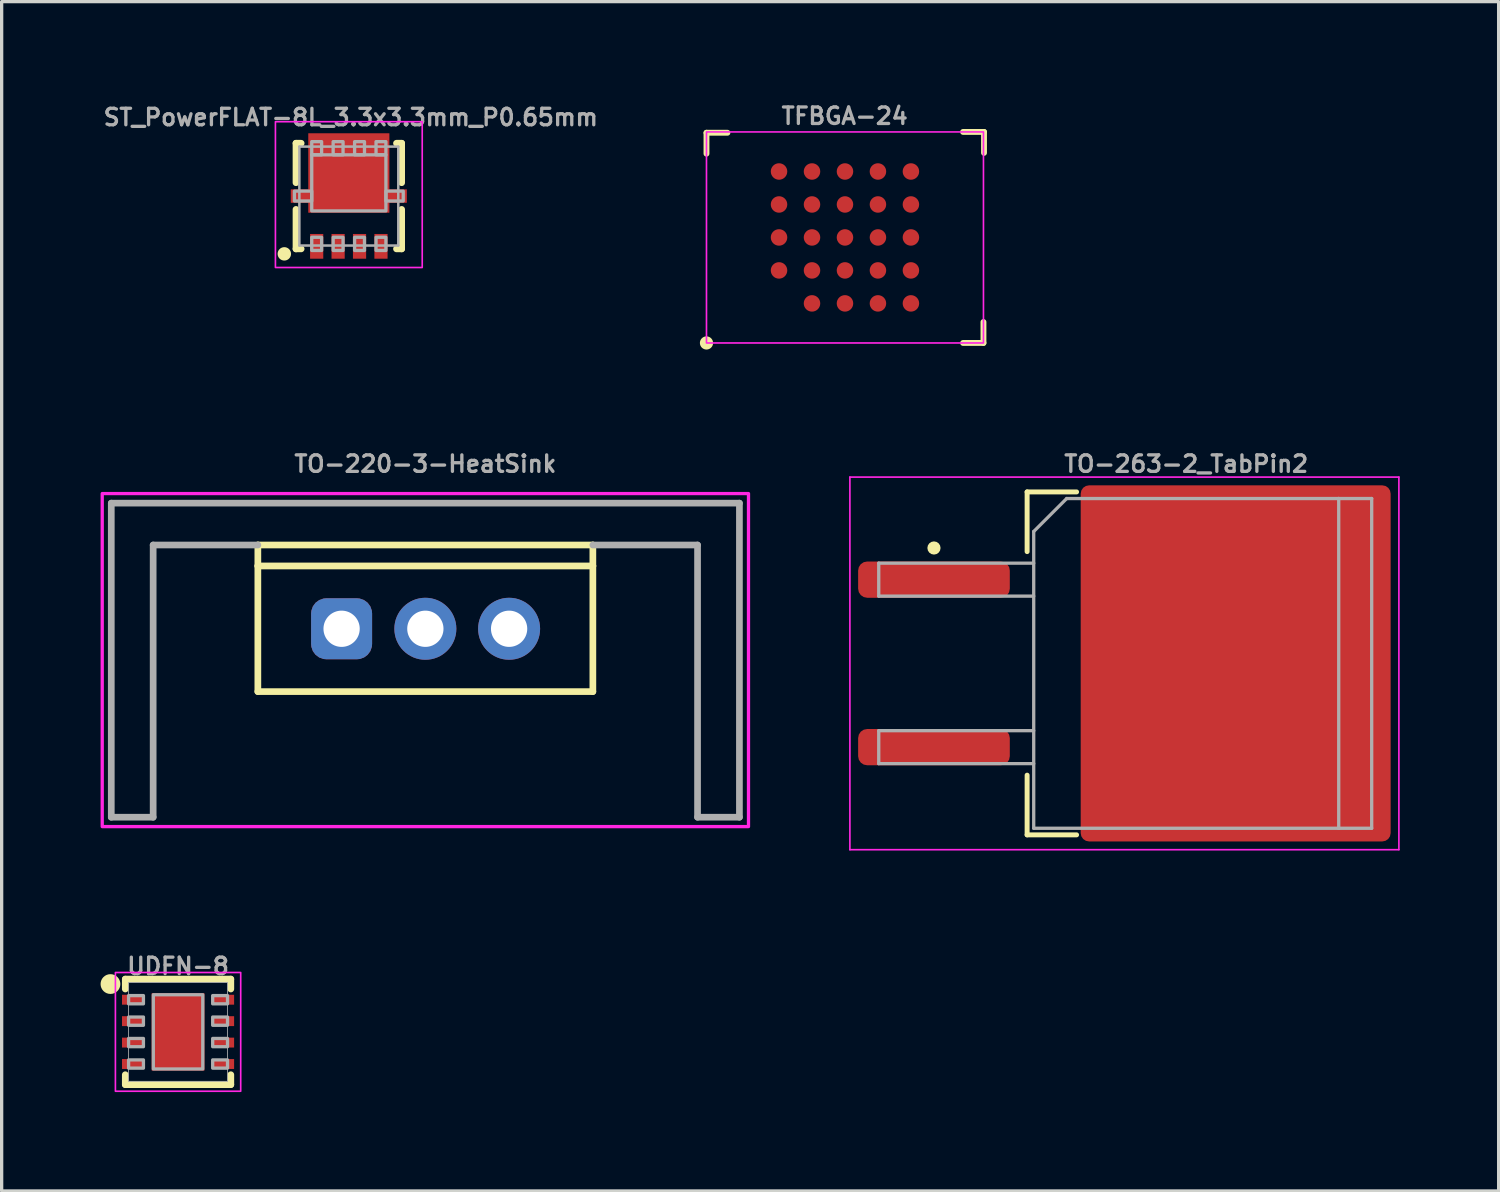
<source format=kicad_pcb>
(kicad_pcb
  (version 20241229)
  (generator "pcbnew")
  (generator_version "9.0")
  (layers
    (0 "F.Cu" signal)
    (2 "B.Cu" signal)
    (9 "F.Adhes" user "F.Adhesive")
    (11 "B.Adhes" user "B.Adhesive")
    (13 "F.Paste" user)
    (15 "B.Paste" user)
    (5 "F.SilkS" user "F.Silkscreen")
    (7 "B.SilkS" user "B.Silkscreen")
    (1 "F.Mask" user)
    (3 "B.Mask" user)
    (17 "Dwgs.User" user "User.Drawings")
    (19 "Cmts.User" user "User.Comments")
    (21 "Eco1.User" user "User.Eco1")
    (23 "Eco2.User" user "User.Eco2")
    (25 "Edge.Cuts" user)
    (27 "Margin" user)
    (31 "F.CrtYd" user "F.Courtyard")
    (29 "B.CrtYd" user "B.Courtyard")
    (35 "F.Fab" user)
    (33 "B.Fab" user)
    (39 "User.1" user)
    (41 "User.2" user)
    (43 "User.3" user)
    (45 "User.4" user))
  (footprint "ST_PowerFLAT-8L_3.3x3.3mm_P0.65mm"
    (layer "F.Cu")
    (at 7.529 2.896)
    (property "Reference" "ST_PowerFLAT-8L_3.3x3.3mm_P0.65mm" (at 0.059 -2.096 0) (unlocked yes) (layer "F.Fab") (effects (font (size 0.5 0.5) (thickness 0.1) (bold yes)) (justify bottom)))
    (fp_line (start -1.602 -1.602) (end -1.602 -0.405) (stroke (width 0.203) (type solid)) (layer "F.SilkS"))
    (fp_line (start -1.602 0.405) (end -1.602 1.602) (stroke (width 0.203) (type solid)) (layer "F.SilkS"))
    (fp_line (start -1.446 -1.602) (end -1.602 -1.602) (stroke (width 0.203) (type solid)) (layer "F.SilkS"))
    (fp_line (start -1.446 1.602) (end -1.602 1.602) (stroke (width 0.203) (type solid)) (layer "F.SilkS"))
    (fp_line (start 1.602 -1.602) (end 1.446 -1.602) (stroke (width 0.203) (type solid)) (layer "F.SilkS"))
    (fp_line (start 1.602 -1.602) (end 1.602 -0.405) (stroke (width 0.203) (type solid)) (layer "F.SilkS"))
    (fp_line (start 1.602 0.405) (end 1.602 1.602) (stroke (width 0.203) (type solid)) (layer "F.SilkS"))
    (fp_line (start 1.602 1.602) (end 1.446 1.602) (stroke (width 0.203) (type solid)) (layer "F.SilkS"))
    (fp_circle (center -1.956 1.753) (end -1.854 1.753) (stroke (width 0.203) (type solid)) (fill yes) (layer "F.SilkS"))
    (fp_rect (start -2.226 -2.255) (end 2.226 2.166) (stroke (width 0.05) (type default)) (fill no) (layer "F.CrtYd"))
    (fp_line (start -1.5 -1.5) (end -1.5 1.5) (stroke (width 0.076) (type solid)) (layer "F.Fab"))
    (fp_line (start -1.5 1.5) (end 1.5 1.5) (stroke (width 0.076) (type solid)) (layer "F.Fab"))
    (fp_line (start 1.5 -1.5) (end -1.5 -1.5) (stroke (width 0.076) (type solid)) (layer "F.Fab"))
    (fp_line (start 1.5 1.5) (end 1.5 -1.5) (stroke (width 0.076) (type solid)) (layer "F.Fab"))
    (fp_poly (pts (xy -1.65 0.15) (xy -1.125 0.15) (xy -1.125 -0.15) (xy -1.65 -0.15)) (stroke (width 0.1) (type default)) (fill no) (layer "F.Fab"))
    (fp_poly (pts (xy -1.125 -1.25) (xy -0.825 -1.25) (xy -0.825 -1.65) (xy -1.125 -1.65)) (stroke (width 0.1) (type default)) (fill no) (layer "F.Fab"))
    (fp_poly (pts (xy -0.825 1.25) (xy -1.125 1.25) (xy -1.125 1.65) (xy -0.825 1.65)) (stroke (width 0.1) (type default)) (fill no) (layer "F.Fab"))
    (fp_poly (pts (xy -0.475 -1.25) (xy -0.175 -1.25) (xy -0.175 -1.65) (xy -0.475 -1.65)) (stroke (width 0.1) (type default)) (fill no) (layer "F.Fab"))
    (fp_poly (pts (xy -0.175 1.25) (xy -0.475 1.25) (xy -0.475 1.65) (xy -0.175 1.65)) (stroke (width 0.1) (type default)) (fill no) (layer "F.Fab"))
    (fp_poly (pts (xy 0.175 -1.25) (xy 0.475 -1.25) (xy 0.475 -1.65) (xy 0.175 -1.65)) (stroke (width 0.1) (type default)) (fill no) (layer "F.Fab"))
    (fp_poly (pts (xy 0.475 1.25) (xy 0.175 1.25) (xy 0.175 1.65) (xy 0.475 1.65)) (stroke (width 0.1) (type default)) (fill no) (layer "F.Fab"))
    (fp_poly (pts (xy 0.825 -1.25) (xy 1.125 -1.25) (xy 1.125 -1.65) (xy 0.825 -1.65)) (stroke (width 0.1) (type default)) (fill no) (layer "F.Fab"))
    (fp_poly (pts (xy 1.125 -1.25) (xy -1.125 -1.25) (xy -1.125 0.45) (xy 1.125 0.45)) (stroke (width 0.1) (type default)) (fill no) (layer "F.Fab"))
    (fp_poly (pts (xy 1.125 1.25) (xy 0.825 1.25) (xy 0.825 1.65) (xy 1.125 1.65)) (stroke (width 0.1) (type default)) (fill no) (layer "F.Fab"))
    (fp_poly (pts (xy 1.65 -0.15) (xy 1.125 -0.15) (xy 1.125 0.15) (xy 1.65 0.15)) (stroke (width 0.1) (type default)) (fill no) (layer "F.Fab"))
    (pad "1" smd rect (at -0.975 1.525) (size 0.4 0.75) (layers "F.Cu" "F.Mask" "F.Paste"))
    (pad "2" smd rect (at -0.325 1.525) (size 0.4 0.75) (layers "F.Cu" "F.Mask" "F.Paste"))
    (pad "3" smd rect (at 0.325 1.525) (size 0.4 0.75) (layers "F.Cu" "F.Mask" "F.Paste"))
    (pad "4" smd rect (at 0.975 1.525) (size 0.4 0.75) (layers "F.Cu" "F.Mask" "F.Paste"))
    (pad "5" smd custom (at 0 -0.7) (size 2.45 2.4) (layers "F.Cu" "F.Mask" "F.Paste") (options (anchor rect)) (primitives (gr_poly (pts (xy 1.225 -1.2) (xy -1.225 -1.2) (xy -1.225 0.5) (xy -1.755 0.5) (xy -1.755 0.9) (xy -1.225 0.9) (xy -1.225 1.2) (xy 1.225 1.2) (xy 1.225 0.9) (xy 1.755 0.9) (xy 1.755 0.5) (xy 1.225 0.5)) (width 0.01) (fill yes)))))
  (footprint "TO-220-3-HeatSink"
    (layer "F.Cu")
    (at 9.85 16.019)
    (property "Reference" "TO-220-3-HeatSink" (at 0 -5 0) (layer "F.Fab") (effects (font (size 0.5 0.5) (thickness 0.1))))
    (fp_line (start -5.08 -2.54) (end 5.08 -2.54) (stroke (width 0.203) (type solid)) (layer "F.SilkS"))
    (fp_line (start -5.08 -1.905) (end -5.08 -2.54) (stroke (width 0.203) (type solid)) (layer "F.SilkS"))
    (fp_line (start -5.08 1.905) (end -5.08 -1.905) (stroke (width 0.203) (type solid)) (layer "F.SilkS"))
    (fp_line (start 5.08 -2.54) (end 5.08 -1.905) (stroke (width 0.203) (type solid)) (layer "F.SilkS"))
    (fp_line (start 5.08 -1.905) (end -5.08 -1.905) (stroke (width 0.203) (type solid)) (layer "F.SilkS"))
    (fp_line (start 5.08 -1.905) (end 5.08 1.905) (stroke (width 0.203) (type solid)) (layer "F.SilkS"))
    (fp_line (start 5.08 1.905) (end -5.08 1.905) (stroke (width 0.203) (type solid)) (layer "F.SilkS"))
    (fp_rect (start 9.8 -4.1) (end -9.8 6) (stroke (width 0.1) (type default)) (fill no) (layer "F.CrtYd"))
    (fp_line (start -9.525 -3.81) (end -9.525 5.715) (stroke (width 0.203) (type solid)) (layer "F.Fab"))
    (fp_line (start -9.525 5.715) (end -8.255 5.715) (stroke (width 0.203) (type solid)) (layer "F.Fab"))
    (fp_line (start -8.255 -2.54) (end -5.08 -2.54) (stroke (width 0.203) (type solid)) (layer "F.Fab"))
    (fp_line (start -8.255 5.715) (end -8.255 -2.54) (stroke (width 0.203) (type solid)) (layer "F.Fab"))
    (fp_line (start 5.08 -2.54) (end 8.255 -2.54) (stroke (width 0.203) (type solid)) (layer "F.Fab"))
    (fp_line (start 8.255 -2.54) (end 8.255 5.715) (stroke (width 0.203) (type solid)) (layer "F.Fab"))
    (fp_line (start 8.255 5.715) (end 9.525 5.715) (stroke (width 0.203) (type solid)) (layer "F.Fab"))
    (fp_line (start 9.525 -3.81) (end -9.525 -3.81) (stroke (width 0.203) (type solid)) (layer "F.Fab"))
    (fp_line (start 9.525 5.715) (end 9.525 -3.81) (stroke (width 0.203) (type solid)) (layer "F.Fab"))
    (pad "1" thru_hole roundrect (at -2.54 0) (size 1.85 1.85) (drill 1.1) (layers "*.Cu" "*.Mask") (roundrect_rratio 0.25))
    (pad "2" thru_hole circle (at 0 0) (size 1.88 1.88) (drill 1.1) (layers "*.Cu" "*.Mask"))
    (pad "3" thru_hole circle (at 2.54 0) (size 1.88 1.88) (drill 1.1) (layers "*.Cu" "*.Mask")))
  (footprint "TO-263-2_TabPin2"
    (layer "F.Cu")
    (at 32.925 17.069)
    (property "Reference" "TO-263-2_TabPin2" (at 0 -6.05 0) (layer "F.Fab") (effects (font (size 0.5 0.5) (thickness 0.1) (bold yes))))
    (attr smd)
    (fp_line (start -4.825 -5.2) (end -4.825 -3.39) (stroke (width 0.15) (type solid)) (layer "F.SilkS"))
    (fp_line (start -4.825 5.2) (end -4.825 3.39) (stroke (width 0.15) (type solid)) (layer "F.SilkS"))
    (fp_line (start -3.325 -5.2) (end -4.825 -5.2) (stroke (width 0.15) (type solid)) (layer "F.SilkS"))
    (fp_line (start -3.325 5.2) (end -4.825 5.2) (stroke (width 0.15) (type solid)) (layer "F.SilkS"))
    (fp_circle (center -7.65 -3.5) (end -7.55 -3.5) (stroke (width 0.2) (type solid)) (fill no) (layer "F.SilkS"))
    (fp_line (start -10.2 -5.65) (end -10.2 5.65) (stroke (width 0.05) (type solid)) (layer "F.CrtYd"))
    (fp_line (start -10.2 5.65) (end 6.45 5.65) (stroke (width 0.05) (type solid)) (layer "F.CrtYd"))
    (fp_line (start 6.45 -5.65) (end -10.2 -5.65) (stroke (width 0.05) (type solid)) (layer "F.CrtYd"))
    (fp_line (start 6.45 5.65) (end 6.45 -5.65) (stroke (width 0.05) (type solid)) (layer "F.CrtYd"))
    (fp_line (start -9.325 -3.04) (end -9.325 -2.04) (stroke (width 0.1) (type solid)) (layer "F.Fab"))
    (fp_line (start -9.325 -2.04) (end -4.625 -2.04) (stroke (width 0.1) (type solid)) (layer "F.Fab"))
    (fp_line (start -9.325 2.04) (end -9.325 3.04) (stroke (width 0.1) (type solid)) (layer "F.Fab"))
    (fp_line (start -9.325 3.04) (end -4.625 3.04) (stroke (width 0.1) (type solid)) (layer "F.Fab"))
    (fp_line (start -4.625 -4) (end -3.625 -5) (stroke (width 0.1) (type solid)) (layer "F.Fab"))
    (fp_line (start -4.625 -3.04) (end -9.325 -3.04) (stroke (width 0.1) (type solid)) (layer "F.Fab"))
    (fp_line (start -4.625 2.04) (end -9.325 2.04) (stroke (width 0.1) (type solid)) (layer "F.Fab"))
    (fp_line (start -4.625 5) (end -4.625 -4) (stroke (width 0.1) (type solid)) (layer "F.Fab"))
    (fp_line (start -3.625 -5) (end 4.625 -5) (stroke (width 0.1) (type solid)) (layer "F.Fab"))
    (fp_line (start 4.625 -5) (end 4.625 5) (stroke (width 0.1) (type solid)) (layer "F.Fab"))
    (fp_line (start 4.625 -5) (end 5.625 -5) (stroke (width 0.1) (type solid)) (layer "F.Fab"))
    (fp_line (start 4.625 5) (end -4.625 5) (stroke (width 0.1) (type solid)) (layer "F.Fab"))
    (fp_line (start 5.625 -5) (end 5.625 5) (stroke (width 0.1) (type solid)) (layer "F.Fab"))
    (fp_line (start 5.625 5) (end 4.625 5) (stroke (width 0.1) (type solid)) (layer "F.Fab"))
    (pad "" smd roundrect (at -0.925 -2.775) (size 4.55 5.25) (layers "F.Paste") (roundrect_rratio 0.055))
    (pad "" smd roundrect (at -0.925 2.775) (size 4.55 5.25) (layers "F.Paste") (roundrect_rratio 0.055))
    (pad "" smd roundrect (at 3.925 -2.775) (size 4.55 5.25) (layers "F.Paste") (roundrect_rratio 0.055))
    (pad "" smd roundrect (at 3.925 2.775) (size 4.55 5.25) (layers "F.Paste") (roundrect_rratio 0.055))
    (pad "1" smd roundrect (at -7.65 -2.54) (size 4.6 1.1) (layers "F.Cu" "F.Mask" "F.Paste") (roundrect_rratio 0.25))
    (pad "2" smd roundrect (at 1.5 0) (size 9.4 10.8) (layers "F.Cu" "F.Mask") (roundrect_rratio 0.027))
    (pad "3" smd roundrect (at -7.65 2.54) (size 4.6 1.1) (layers "F.Cu" "F.Mask" "F.Paste") (roundrect_rratio 0.25)))
  (footprint "UDFN-8"
    (layer "F.Cu")
    (at 2.35 28.244)
    (property "Reference" "UDFN-8" (at 0 -1.7 0) (unlocked yes) (layer "F.Fab") (effects (font (size 0.5 0.5) (thickness 0.1)) (justify bottom)))
    (attr smd)
    (fp_line (start -1.6 -1.6) (end -1.6 -1.3) (stroke (width 0.203) (type solid)) (layer "F.SilkS"))
    (fp_line (start -1.6 -1.6) (end 1.6 -1.6) (stroke (width 0.203) (type solid)) (layer "F.SilkS"))
    (fp_line (start -1.6 1.6) (end -1.6 1.3) (stroke (width 0.203) (type solid)) (layer "F.SilkS"))
    (fp_line (start 1.6 -1.6) (end 1.6 -1.3) (stroke (width 0.203) (type solid)) (layer "F.SilkS"))
    (fp_line (start 1.6 1.6) (end -1.6 1.6) (stroke (width 0.203) (type solid)) (layer "F.SilkS"))
    (fp_line (start 1.6 1.6) (end 1.6 1.3) (stroke (width 0.203) (type solid)) (layer "F.SilkS"))
    (fp_circle (center -2.05 -1.45) (end -2.05 -1.3) (stroke (width 0.3) (type solid)) (fill yes) (layer "F.SilkS"))
    (fp_rect (start -0.4 -0.688) (end 0.4 0.688) (stroke (width 0) (type default)) (fill yes) (layer "F.Paste"))
    (fp_rect (start 1.9 -1.8) (end -1.9 1.8) (stroke (width 0.05) (type default)) (fill no) (layer "F.CrtYd"))
    (fp_line (start -1.5 -1.5) (end 1.5 -1.5) (stroke (width 0.025) (type solid)) (layer "F.Fab"))
    (fp_line (start -1.5 1.5) (end -1.5 -1.5) (stroke (width 0.025) (type solid)) (layer "F.Fab"))
    (fp_line (start 1.5 -1.5) (end 1.5 1.5) (stroke (width 0.025) (type solid)) (layer "F.Fab"))
    (fp_line (start 1.5 1.5) (end -1.5 1.5) (stroke (width 0.025) (type solid)) (layer "F.Fab"))
    (fp_rect (start -1.5 -1.1) (end -1.05 -0.85) (stroke (width 0.1) (type default)) (fill no) (layer "F.Fab"))
    (fp_rect (start -1.5 -0.45) (end -1.05 -0.2) (stroke (width 0.1) (type default)) (fill no) (layer "F.Fab"))
    (fp_rect (start -1.5 0.2) (end -1.05 0.45) (stroke (width 0.1) (type default)) (fill no) (layer "F.Fab"))
    (fp_rect (start -1.5 0.85) (end -1.05 1.1) (stroke (width 0.1) (type default)) (fill no) (layer "F.Fab"))
    (fp_rect (start -0.75 -1.125) (end 0.75 1.125) (stroke (width 0.1) (type default)) (fill no) (layer "F.Fab"))
    (fp_rect (start 1.05 -1.1) (end 1.5 -0.85) (stroke (width 0.1) (type default)) (fill no) (layer "F.Fab"))
    (fp_rect (start 1.05 -0.45) (end 1.5 -0.2) (stroke (width 0.1) (type default)) (fill no) (layer "F.Fab"))
    (fp_rect (start 1.05 0.2) (end 1.5 0.45) (stroke (width 0.1) (type default)) (fill no) (layer "F.Fab"))
    (fp_rect (start 1.05 0.85) (end 1.5 1.1) (stroke (width 0.1) (type default)) (fill no) (layer "F.Fab"))
    (pad "1" smd rect (at -1.375 -0.975 270) (size 0.3 0.65) (layers "F.Cu" "F.Mask" "F.Paste"))
    (pad "2" smd rect (at -1.375 -0.325 270) (size 0.3 0.65) (layers "F.Cu" "F.Mask" "F.Paste"))
    (pad "3" smd rect (at -1.375 0.325 270) (size 0.3 0.65) (layers "F.Cu" "F.Mask" "F.Paste"))
    (pad "4" smd rect (at -1.375 0.975 270) (size 0.3 0.65) (layers "F.Cu" "F.Mask" "F.Paste"))
    (pad "5" smd rect (at 1.375 0.975 90) (size 0.3 0.65) (layers "F.Cu" "F.Mask" "F.Paste"))
    (pad "6" smd rect (at 1.375 0.325 90) (size 0.3 0.65) (layers "F.Cu" "F.Mask" "F.Paste"))
    (pad "7" smd rect (at 1.375 -0.325 90) (size 0.3 0.65) (layers "F.Cu" "F.Mask" "F.Paste"))
    (pad "8" smd rect (at 1.375 -0.975 90) (size 0.3 0.65) (layers "F.Cu" "F.Mask" "F.Paste"))
    (pad "9" smd rect (at 0 0 270) (size 2.35 1.6) (layers "F.Cu" "F.Mask")))
  (footprint "TFBGA-24"
    (layer "F.Cu")
    (at 22.567 4.151)
    (property "Reference" "TFBGA-24" (at 0 -3.683 0) (layer "F.Fab") (effects (font (size 0.5 0.5) (thickness 0.1))))
    (attr smd)
    (fp_line (start -4.191 -3.175) (end -4.191 -2.54) (stroke (width 0.178) (type default)) (layer "F.SilkS"))
    (fp_line (start -3.556 -3.175) (end -4.191 -3.175) (stroke (width 0.178) (type default)) (layer "F.SilkS"))
    (fp_line (start 3.591 3.2) (end 4.209 3.2) (stroke (width 0.178) (type default)) (layer "F.SilkS"))
    (fp_line (start 4.209 3.2) (end 4.209 2.565) (stroke (width 0.178) (type default)) (layer "F.SilkS"))
    (fp_line (start 4.226 -3.2) (end 3.591 -3.2) (stroke (width 0.178) (type default)) (layer "F.SilkS"))
    (fp_line (start 4.226 -2.565) (end 4.226 -3.2) (stroke (width 0.178) (type default)) (layer "F.SilkS"))
    (fp_circle (center -4.191 3.2) (end -4.291 3.2) (stroke (width 0.2) (type solid)) (fill yes) (layer "F.SilkS"))
    (fp_rect (start -4.191 -3.2) (end 4.209 3.2) (stroke (width 0.05) (type default)) (fill no) (layer "F.CrtYd"))
    (fp_rect (start -3.991 -3) (end 4.009 3) (stroke (width 0.1) (type default)) (fill no) (layer "User.1"))
    (pad "A2" smd circle (at -1.991 1) (size 0.5 0.5) (property pad_prop_bga) (layers "F.Cu" "F.Mask" "F.Paste"))
    (pad "A3" smd circle (at -1.991 0) (size 0.5 0.5) (property pad_prop_bga) (layers "F.Cu" "F.Mask" "F.Paste"))
    (pad "A4" smd circle (at -1.991 -1) (size 0.5 0.5) (property pad_prop_bga) (layers "F.Cu" "F.Mask" "F.Paste"))
    (pad "A5" smd circle (at -1.991 -2) (size 0.5 0.5) (property pad_prop_bga) (layers "F.Cu" "F.Mask" "F.Paste"))
    (pad "B1" smd circle (at -0.991 2) (size 0.5 0.5) (property pad_prop_bga) (layers "F.Cu" "F.Mask" "F.Paste"))
    (pad "B2" smd circle (at -0.991 1) (size 0.5 0.5) (property pad_prop_bga) (layers "F.Cu" "F.Mask" "F.Paste"))
    (pad "B3" smd circle (at -0.991 0) (size 0.5 0.5) (property pad_prop_bga) (layers "F.Cu" "F.Mask" "F.Paste"))
    (pad "B4" smd circle (at -0.991 -1) (size 0.5 0.5) (property pad_prop_bga) (layers "F.Cu" "F.Mask" "F.Paste"))
    (pad "B5" smd circle (at -0.991 -2) (size 0.5 0.5) (property pad_prop_bga) (layers "F.Cu" "F.Mask" "F.Paste"))
    (pad "C1" smd circle (at 0.009 2) (size 0.5 0.5) (property pad_prop_bga) (layers "F.Cu" "F.Mask" "F.Paste"))
    (pad "C2" smd circle (at 0.009 1) (size 0.5 0.5) (property pad_prop_bga) (layers "F.Cu" "F.Mask" "F.Paste"))
    (pad "C3" smd circle (at 0.009 0) (size 0.5 0.5) (property pad_prop_bga) (layers "F.Cu" "F.Mask" "F.Paste"))
    (pad "C4" smd circle (at 0.009 -1) (size 0.5 0.5) (property pad_prop_bga) (layers "F.Cu" "F.Mask" "F.Paste"))
    (pad "C5" smd circle (at 0.009 -2) (size 0.5 0.5) (property pad_prop_bga) (layers "F.Cu" "F.Mask" "F.Paste"))
    (pad "D1" smd circle (at 1.009 2) (size 0.5 0.5) (property pad_prop_bga) (layers "F.Cu" "F.Mask" "F.Paste"))
    (pad "D2" smd circle (at 1.009 1) (size 0.5 0.5) (property pad_prop_bga) (layers "F.Cu" "F.Mask" "F.Paste"))
    (pad "D3" smd circle (at 1.009 0) (size 0.5 0.5) (property pad_prop_bga) (layers "F.Cu" "F.Mask" "F.Paste"))
    (pad "D4" smd circle (at 1.009 -1) (size 0.5 0.5) (property pad_prop_bga) (layers "F.Cu" "F.Mask" "F.Paste"))
    (pad "D5" smd circle (at 1.009 -2) (size 0.5 0.5) (property pad_prop_bga) (layers "F.Cu" "F.Mask" "F.Paste"))
    (pad "E1" smd circle (at 2.009 2) (size 0.5 0.5) (property pad_prop_bga) (layers "F.Cu" "F.Mask" "F.Paste"))
    (pad "E2" smd circle (at 2.009 1) (size 0.5 0.5) (property pad_prop_bga) (layers "F.Cu" "F.Mask" "F.Paste"))
    (pad "E3" smd circle (at 2.009 0) (size 0.5 0.5) (property pad_prop_bga) (layers "F.Cu" "F.Mask" "F.Paste"))
    (pad "E4" smd circle (at 2.009 -1) (size 0.5 0.5) (property pad_prop_bga) (layers "F.Cu" "F.Mask" "F.Paste"))
    (pad "E5" smd circle (at 2.009 -2) (size 0.5 0.5) (property pad_prop_bga) (layers "F.Cu" "F.Mask" "F.Paste")))
  (gr_rect
    (start -3 -3)
    (end 42.4 33.069)
    (stroke (width 0.1) (type default))
    (fill no)
    (layer "Edge.Cuts")))
</source>
